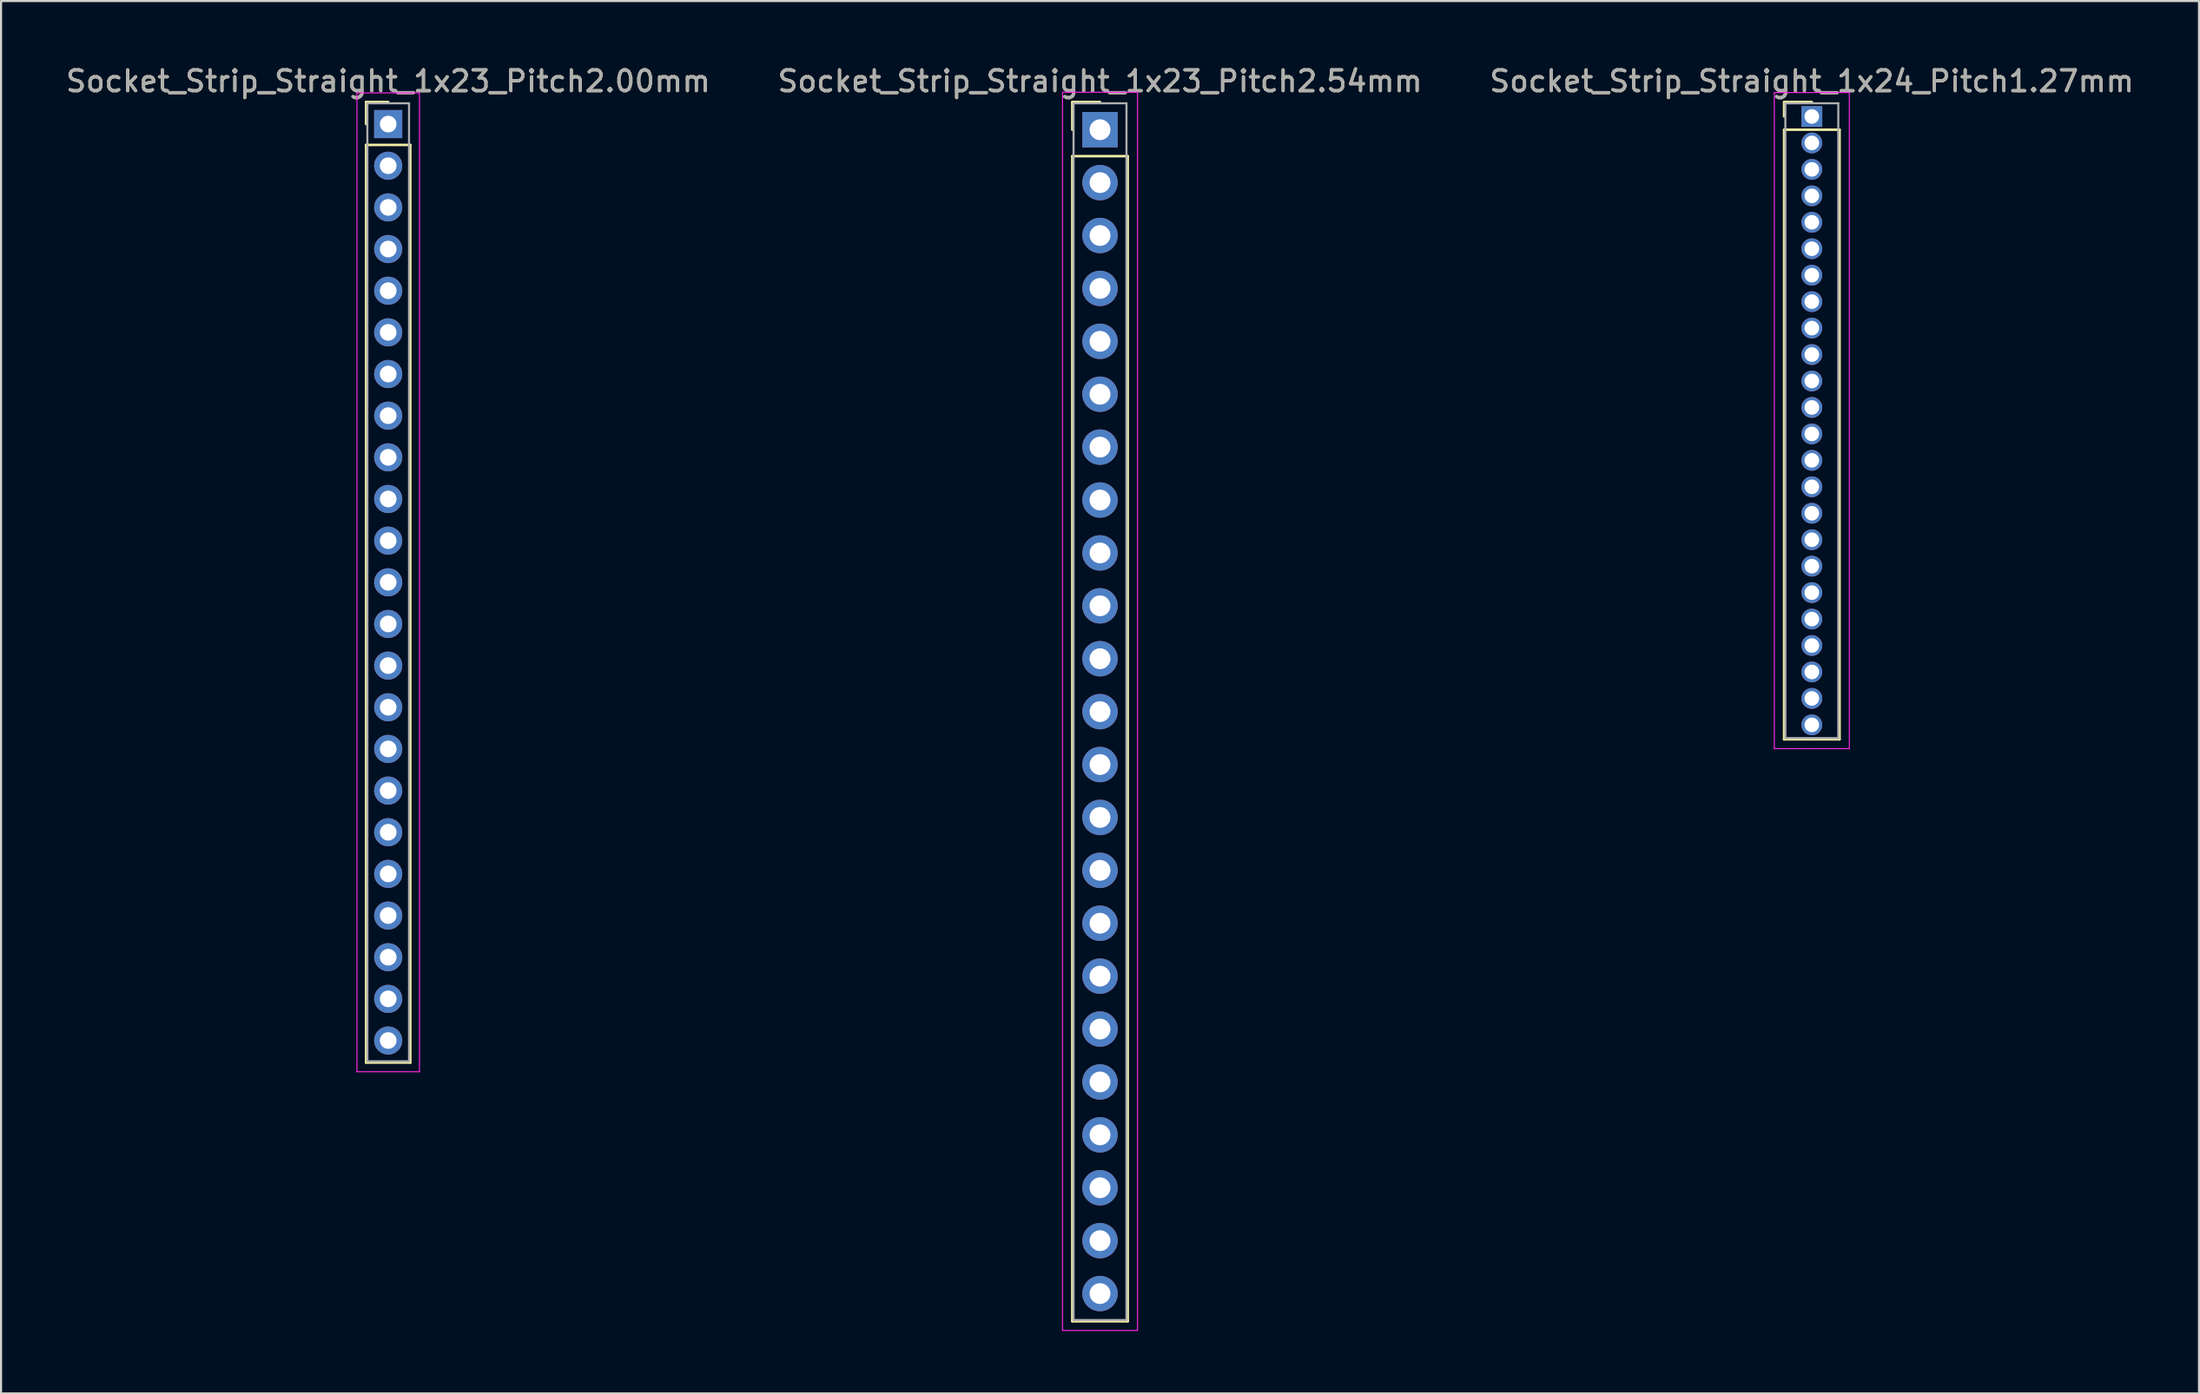
<source format=kicad_pcb>
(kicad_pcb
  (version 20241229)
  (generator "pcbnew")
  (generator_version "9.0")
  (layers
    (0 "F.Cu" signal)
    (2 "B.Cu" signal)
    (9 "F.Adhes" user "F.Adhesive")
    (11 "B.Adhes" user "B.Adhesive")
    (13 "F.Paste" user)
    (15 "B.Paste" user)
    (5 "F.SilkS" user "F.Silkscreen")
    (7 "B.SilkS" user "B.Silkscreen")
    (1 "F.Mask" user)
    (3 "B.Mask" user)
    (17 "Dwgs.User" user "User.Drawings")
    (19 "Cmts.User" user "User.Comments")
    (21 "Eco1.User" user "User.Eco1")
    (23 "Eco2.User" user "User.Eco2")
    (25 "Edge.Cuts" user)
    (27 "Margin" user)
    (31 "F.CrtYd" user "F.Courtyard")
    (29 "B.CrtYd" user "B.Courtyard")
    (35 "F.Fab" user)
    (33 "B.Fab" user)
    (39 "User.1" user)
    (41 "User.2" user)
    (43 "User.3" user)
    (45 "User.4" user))
  (footprint "Socket_Strip_Straight_1x23_Pitch2.54mm"
    (layer "F.Cu")
    (at 49.732 3.178)
    (property "Reference" "Socket_Strip_Straight_1x23_Pitch2.54mm" (at 0 -2.33 0) (layer "F.SilkS") (effects (font (size 1 1) (thickness 0.15))))
    (attr through_hole)
    (fp_line (start -1.33 -1.33) (end 0 -1.33) (stroke (width 0.12) (type solid)) (layer "F.SilkS"))
    (fp_line (start -1.33 0) (end -1.33 -1.33) (stroke (width 0.12) (type solid)) (layer "F.SilkS"))
    (fp_line (start -1.33 1.27) (end -1.33 57.21) (stroke (width 0.12) (type solid)) (layer "F.SilkS"))
    (fp_line (start -1.33 57.21) (end 1.33 57.21) (stroke (width 0.12) (type solid)) (layer "F.SilkS"))
    (fp_line (start 1.33 1.27) (end -1.33 1.27) (stroke (width 0.12) (type solid)) (layer "F.SilkS"))
    (fp_line (start 1.33 57.21) (end 1.33 1.27) (stroke (width 0.12) (type solid)) (layer "F.SilkS"))
    (fp_line (start -1.8 -1.8) (end -1.8 57.65) (stroke (width 0.05) (type solid)) (layer "F.CrtYd"))
    (fp_line (start -1.8 57.65) (end 1.8 57.65) (stroke (width 0.05) (type solid)) (layer "F.CrtYd"))
    (fp_line (start 1.8 -1.8) (end -1.8 -1.8) (stroke (width 0.05) (type solid)) (layer "F.CrtYd"))
    (fp_line (start 1.8 57.65) (end 1.8 -1.8) (stroke (width 0.05) (type solid)) (layer "F.CrtYd"))
    (fp_line (start -1.27 -1.27) (end -1.27 57.15) (stroke (width 0.1) (type solid)) (layer "F.Fab"))
    (fp_line (start -1.27 57.15) (end 1.27 57.15) (stroke (width 0.1) (type solid)) (layer "F.Fab"))
    (fp_line (start 1.27 -1.27) (end -1.27 -1.27) (stroke (width 0.1) (type solid)) (layer "F.Fab"))
    (fp_line (start 1.27 57.15) (end 1.27 -1.27) (stroke (width 0.1) (type solid)) (layer "F.Fab"))
    (fp_text user "${REFERENCE}" (at 0 -2.33 0) (layer "F.Fab") (effects (font (size 1 1) (thickness 0.15))))
    (pad "1" thru_hole rect (at 0 0) (size 1.7 1.7) (drill 1) (layers "*.Cu" "*.Mask"))
    (pad "2" thru_hole oval (at 0 2.54) (size 1.7 1.7) (drill 1) (layers "*.Cu" "*.Mask"))
    (pad "3" thru_hole oval (at 0 5.08) (size 1.7 1.7) (drill 1) (layers "*.Cu" "*.Mask"))
    (pad "4" thru_hole oval (at 0 7.62) (size 1.7 1.7) (drill 1) (layers "*.Cu" "*.Mask"))
    (pad "5" thru_hole oval (at 0 10.16) (size 1.7 1.7) (drill 1) (layers "*.Cu" "*.Mask"))
    (pad "6" thru_hole oval (at 0 12.7) (size 1.7 1.7) (drill 1) (layers "*.Cu" "*.Mask"))
    (pad "7" thru_hole oval (at 0 15.24) (size 1.7 1.7) (drill 1) (layers "*.Cu" "*.Mask"))
    (pad "8" thru_hole oval (at 0 17.78) (size 1.7 1.7) (drill 1) (layers "*.Cu" "*.Mask"))
    (pad "9" thru_hole oval (at 0 20.32) (size 1.7 1.7) (drill 1) (layers "*.Cu" "*.Mask"))
    (pad "10" thru_hole oval (at 0 22.86) (size 1.7 1.7) (drill 1) (layers "*.Cu" "*.Mask"))
    (pad "11" thru_hole oval (at 0 25.4) (size 1.7 1.7) (drill 1) (layers "*.Cu" "*.Mask"))
    (pad "12" thru_hole oval (at 0 27.94) (size 1.7 1.7) (drill 1) (layers "*.Cu" "*.Mask"))
    (pad "13" thru_hole oval (at 0 30.48) (size 1.7 1.7) (drill 1) (layers "*.Cu" "*.Mask"))
    (pad "14" thru_hole oval (at 0 33.02) (size 1.7 1.7) (drill 1) (layers "*.Cu" "*.Mask"))
    (pad "15" thru_hole oval (at 0 35.56) (size 1.7 1.7) (drill 1) (layers "*.Cu" "*.Mask"))
    (pad "16" thru_hole oval (at 0 38.1) (size 1.7 1.7) (drill 1) (layers "*.Cu" "*.Mask"))
    (pad "17" thru_hole oval (at 0 40.64) (size 1.7 1.7) (drill 1) (layers "*.Cu" "*.Mask"))
    (pad "18" thru_hole oval (at 0 43.18) (size 1.7 1.7) (drill 1) (layers "*.Cu" "*.Mask"))
    (pad "19" thru_hole oval (at 0 45.72) (size 1.7 1.7) (drill 1) (layers "*.Cu" "*.Mask"))
    (pad "20" thru_hole oval (at 0 48.26) (size 1.7 1.7) (drill 1) (layers "*.Cu" "*.Mask"))
    (pad "21" thru_hole oval (at 0 50.8) (size 1.7 1.7) (drill 1) (layers "*.Cu" "*.Mask"))
    (pad "22" thru_hole oval (at 0 53.34) (size 1.7 1.7) (drill 1) (layers "*.Cu" "*.Mask"))
    (pad "23" thru_hole oval (at 0 55.88) (size 1.7 1.7) (drill 1) (layers "*.Cu" "*.Mask")))
  (footprint "Socket_Strip_Straight_1x24_Pitch1.27mm"
    (layer "F.Cu")
    (at 83.887 2.543)
    (property "Reference" "Socket_Strip_Straight_1x24_Pitch1.27mm" (at 0 -1.695 0) (layer "F.SilkS") (effects (font (size 1 1) (thickness 0.15))))
    (attr through_hole)
    (fp_line (start -1.33 -0.695) (end 0 -0.695) (stroke (width 0.12) (type solid)) (layer "F.SilkS"))
    (fp_line (start -1.33 0) (end -1.33 -0.695) (stroke (width 0.12) (type solid)) (layer "F.SilkS"))
    (fp_line (start -1.33 0.635) (end -1.33 29.905) (stroke (width 0.12) (type solid)) (layer "F.SilkS"))
    (fp_line (start -1.33 29.905) (end 1.33 29.905) (stroke (width 0.12) (type solid)) (layer "F.SilkS"))
    (fp_line (start 1.33 0.635) (end -1.33 0.635) (stroke (width 0.12) (type solid)) (layer "F.SilkS"))
    (fp_line (start 1.33 29.905) (end 1.33 0.635) (stroke (width 0.12) (type solid)) (layer "F.SilkS"))
    (fp_line (start -1.8 -1.15) (end -1.8 30.35) (stroke (width 0.05) (type solid)) (layer "F.CrtYd"))
    (fp_line (start -1.8 30.35) (end 1.8 30.35) (stroke (width 0.05) (type solid)) (layer "F.CrtYd"))
    (fp_line (start 1.8 -1.15) (end -1.8 -1.15) (stroke (width 0.05) (type solid)) (layer "F.CrtYd"))
    (fp_line (start 1.8 30.35) (end 1.8 -1.15) (stroke (width 0.05) (type solid)) (layer "F.CrtYd"))
    (fp_line (start -1.27 -0.635) (end -1.27 29.845) (stroke (width 0.1) (type solid)) (layer "F.Fab"))
    (fp_line (start -1.27 29.845) (end 1.27 29.845) (stroke (width 0.1) (type solid)) (layer "F.Fab"))
    (fp_line (start 1.27 -0.635) (end -1.27 -0.635) (stroke (width 0.1) (type solid)) (layer "F.Fab"))
    (fp_line (start 1.27 29.845) (end 1.27 -0.635) (stroke (width 0.1) (type solid)) (layer "F.Fab"))
    (fp_text user "${REFERENCE}" (at 0 -1.695 0) (layer "F.Fab") (effects (font (size 1 1) (thickness 0.15))))
    (pad "1" thru_hole rect (at 0 0) (size 1 1) (drill 0.7) (layers "*.Cu" "*.Mask"))
    (pad "2" thru_hole oval (at 0 1.27) (size 1 1) (drill 0.7) (layers "*.Cu" "*.Mask"))
    (pad "3" thru_hole oval (at 0 2.54) (size 1 1) (drill 0.7) (layers "*.Cu" "*.Mask"))
    (pad "4" thru_hole oval (at 0 3.81) (size 1 1) (drill 0.7) (layers "*.Cu" "*.Mask"))
    (pad "5" thru_hole oval (at 0 5.08) (size 1 1) (drill 0.7) (layers "*.Cu" "*.Mask"))
    (pad "6" thru_hole oval (at 0 6.35) (size 1 1) (drill 0.7) (layers "*.Cu" "*.Mask"))
    (pad "7" thru_hole oval (at 0 7.62) (size 1 1) (drill 0.7) (layers "*.Cu" "*.Mask"))
    (pad "8" thru_hole oval (at 0 8.89) (size 1 1) (drill 0.7) (layers "*.Cu" "*.Mask"))
    (pad "9" thru_hole oval (at 0 10.16) (size 1 1) (drill 0.7) (layers "*.Cu" "*.Mask"))
    (pad "10" thru_hole oval (at 0 11.43) (size 1 1) (drill 0.7) (layers "*.Cu" "*.Mask"))
    (pad "11" thru_hole oval (at 0 12.7) (size 1 1) (drill 0.7) (layers "*.Cu" "*.Mask"))
    (pad "12" thru_hole oval (at 0 13.97) (size 1 1) (drill 0.7) (layers "*.Cu" "*.Mask"))
    (pad "13" thru_hole oval (at 0 15.24) (size 1 1) (drill 0.7) (layers "*.Cu" "*.Mask"))
    (pad "14" thru_hole oval (at 0 16.51) (size 1 1) (drill 0.7) (layers "*.Cu" "*.Mask"))
    (pad "15" thru_hole oval (at 0 17.78) (size 1 1) (drill 0.7) (layers "*.Cu" "*.Mask"))
    (pad "16" thru_hole oval (at 0 19.05) (size 1 1) (drill 0.7) (layers "*.Cu" "*.Mask"))
    (pad "17" thru_hole oval (at 0 20.32) (size 1 1) (drill 0.7) (layers "*.Cu" "*.Mask"))
    (pad "18" thru_hole oval (at 0 21.59) (size 1 1) (drill 0.7) (layers "*.Cu" "*.Mask"))
    (pad "19" thru_hole oval (at 0 22.86) (size 1 1) (drill 0.7) (layers "*.Cu" "*.Mask"))
    (pad "20" thru_hole oval (at 0 24.13) (size 1 1) (drill 0.7) (layers "*.Cu" "*.Mask"))
    (pad "21" thru_hole oval (at 0 25.4) (size 1 1) (drill 0.7) (layers "*.Cu" "*.Mask"))
    (pad "22" thru_hole oval (at 0 26.67) (size 1 1) (drill 0.7) (layers "*.Cu" "*.Mask"))
    (pad "23" thru_hole oval (at 0 27.94) (size 1 1) (drill 0.7) (layers "*.Cu" "*.Mask"))
    (pad "24" thru_hole oval (at 0 29.21) (size 1 1) (drill 0.7) (layers "*.Cu" "*.Mask")))
  (footprint "Socket_Strip_Straight_1x23_Pitch2.00mm"
    (layer "F.Cu")
    (at 15.577 2.908)
    (property "Reference" "Socket_Strip_Straight_1x23_Pitch2.00mm" (at 0 -2.06 0) (layer "F.SilkS") (effects (font (size 1 1) (thickness 0.15))))
    (attr through_hole)
    (fp_line (start -1.06 -1.06) (end 0 -1.06) (stroke (width 0.12) (type solid)) (layer "F.SilkS"))
    (fp_line (start -1.06 0) (end -1.06 -1.06) (stroke (width 0.12) (type solid)) (layer "F.SilkS"))
    (fp_line (start -1.06 1) (end -1.06 45.06) (stroke (width 0.12) (type solid)) (layer "F.SilkS"))
    (fp_line (start -1.06 45.06) (end 1.06 45.06) (stroke (width 0.12) (type solid)) (layer "F.SilkS"))
    (fp_line (start 1.06 1) (end -1.06 1) (stroke (width 0.12) (type solid)) (layer "F.SilkS"))
    (fp_line (start 1.06 45.06) (end 1.06 1) (stroke (width 0.12) (type solid)) (layer "F.SilkS"))
    (fp_line (start -1.5 -1.5) (end -1.5 45.5) (stroke (width 0.05) (type solid)) (layer "F.CrtYd"))
    (fp_line (start -1.5 45.5) (end 1.5 45.5) (stroke (width 0.05) (type solid)) (layer "F.CrtYd"))
    (fp_line (start 1.5 -1.5) (end -1.5 -1.5) (stroke (width 0.05) (type solid)) (layer "F.CrtYd"))
    (fp_line (start 1.5 45.5) (end 1.5 -1.5) (stroke (width 0.05) (type solid)) (layer "F.CrtYd"))
    (fp_line (start -1 -1) (end -1 45) (stroke (width 0.1) (type solid)) (layer "F.Fab"))
    (fp_line (start -1 45) (end 1 45) (stroke (width 0.1) (type solid)) (layer "F.Fab"))
    (fp_line (start 1 -1) (end -1 -1) (stroke (width 0.1) (type solid)) (layer "F.Fab"))
    (fp_line (start 1 45) (end 1 -1) (stroke (width 0.1) (type solid)) (layer "F.Fab"))
    (fp_text user "${REFERENCE}" (at 0 -2.06 0) (layer "F.Fab") (effects (font (size 1 1) (thickness 0.15))))
    (pad "1" thru_hole rect (at 0 0) (size 1.35 1.35) (drill 0.8) (layers "*.Cu" "*.Mask"))
    (pad "2" thru_hole oval (at 0 2) (size 1.35 1.35) (drill 0.8) (layers "*.Cu" "*.Mask"))
    (pad "3" thru_hole oval (at 0 4) (size 1.35 1.35) (drill 0.8) (layers "*.Cu" "*.Mask"))
    (pad "4" thru_hole oval (at 0 6) (size 1.35 1.35) (drill 0.8) (layers "*.Cu" "*.Mask"))
    (pad "5" thru_hole oval (at 0 8) (size 1.35 1.35) (drill 0.8) (layers "*.Cu" "*.Mask"))
    (pad "6" thru_hole oval (at 0 10) (size 1.35 1.35) (drill 0.8) (layers "*.Cu" "*.Mask"))
    (pad "7" thru_hole oval (at 0 12) (size 1.35 1.35) (drill 0.8) (layers "*.Cu" "*.Mask"))
    (pad "8" thru_hole oval (at 0 14) (size 1.35 1.35) (drill 0.8) (layers "*.Cu" "*.Mask"))
    (pad "9" thru_hole oval (at 0 16) (size 1.35 1.35) (drill 0.8) (layers "*.Cu" "*.Mask"))
    (pad "10" thru_hole oval (at 0 18) (size 1.35 1.35) (drill 0.8) (layers "*.Cu" "*.Mask"))
    (pad "11" thru_hole oval (at 0 20) (size 1.35 1.35) (drill 0.8) (layers "*.Cu" "*.Mask"))
    (pad "12" thru_hole oval (at 0 22) (size 1.35 1.35) (drill 0.8) (layers "*.Cu" "*.Mask"))
    (pad "13" thru_hole oval (at 0 24) (size 1.35 1.35) (drill 0.8) (layers "*.Cu" "*.Mask"))
    (pad "14" thru_hole oval (at 0 26) (size 1.35 1.35) (drill 0.8) (layers "*.Cu" "*.Mask"))
    (pad "15" thru_hole oval (at 0 28) (size 1.35 1.35) (drill 0.8) (layers "*.Cu" "*.Mask"))
    (pad "16" thru_hole oval (at 0 30) (size 1.35 1.35) (drill 0.8) (layers "*.Cu" "*.Mask"))
    (pad "17" thru_hole oval (at 0 32) (size 1.35 1.35) (drill 0.8) (layers "*.Cu" "*.Mask"))
    (pad "18" thru_hole oval (at 0 34) (size 1.35 1.35) (drill 0.8) (layers "*.Cu" "*.Mask"))
    (pad "19" thru_hole oval (at 0 36) (size 1.35 1.35) (drill 0.8) (layers "*.Cu" "*.Mask"))
    (pad "20" thru_hole oval (at 0 38) (size 1.35 1.35) (drill 0.8) (layers "*.Cu" "*.Mask"))
    (pad "21" thru_hole oval (at 0 40) (size 1.35 1.35) (drill 0.8) (layers "*.Cu" "*.Mask"))
    (pad "22" thru_hole oval (at 0 42) (size 1.35 1.35) (drill 0.8) (layers "*.Cu" "*.Mask"))
    (pad "23" thru_hole oval (at 0 44) (size 1.35 1.35) (drill 0.8) (layers "*.Cu" "*.Mask")))
  (gr_rect
    (start -3 -3)
    (end 102.464 63.853)
    (stroke (width 0.1) (type default))
    (fill no)
    (layer "Edge.Cuts")))
</source>
